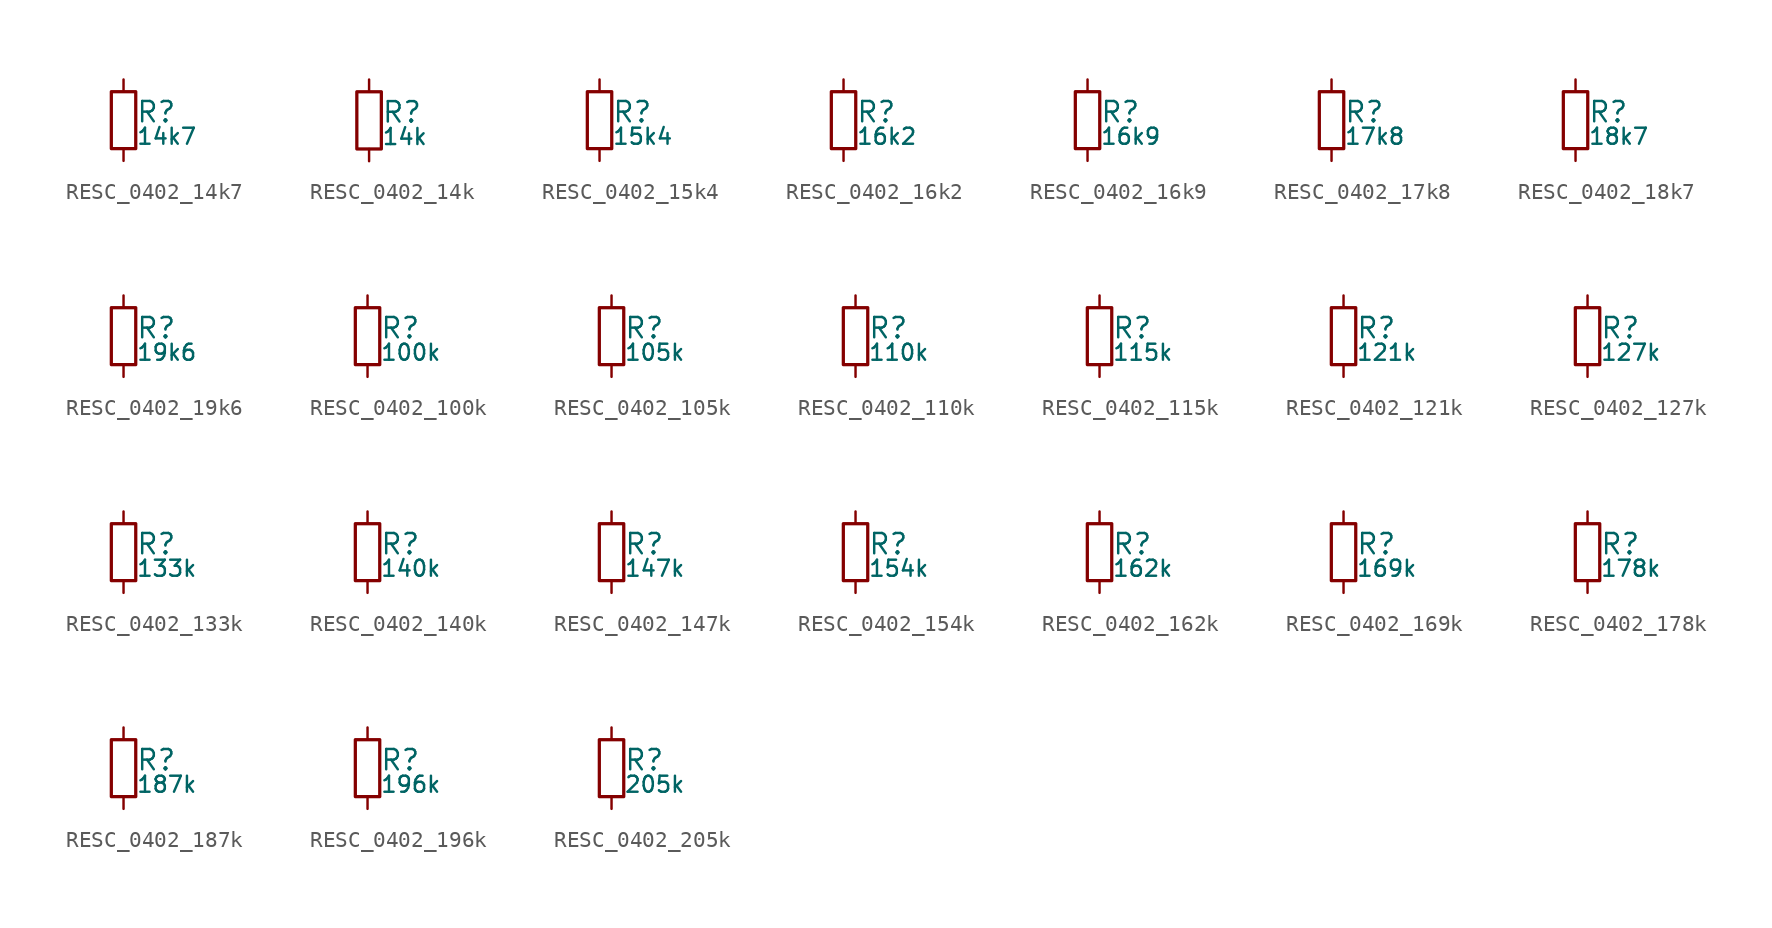
<source format=kicad_sym>
(kicad_symbol_lib
  (version 20211014)
  (generator kicad_LibGenerator)
  (symbol "RESC_0402_14k7"
    (pin_numbers hide)
    (pin_names
      (offset 0.254) hide)
    (property "Reference" "R"
      (at 0.762 0.508 0)
      (effects (font (size 1.27 1.27)) (justify left)))
    (property "Value" "14k7"
      (at 0.762 -1.016 0)
      (effects (font (size 1.00 1.00)) (justify left)))
    (symbol "RESC_0402_14k7_0_1"
      (rectangle (start -0.762 1.778) (end 0.762 -1.778) (stroke (width 0.203) (type default) (color 0 0 0 0)) (fill (type none))))
    (symbol "RESC_0402_14k7_1_1"
      (pin passive line (at 0 2.54 270) (length 0.762) (name "~" (effects (font (size 1.27 1.27)))) (number "1" (effects (font (size 1.27 1.27)))))
      (pin passive line (at 0 -2.54 90) (length 0.762) (name "~" (effects (font (size 1.27 1.27)))) (number "2" (effects (font (size 1.27 1.27)))))))
  (symbol "RESC_0402_14k"
    (pin_numbers hide)
    (pin_names
      (offset 0.254) hide)
    (property "Reference" "R"
      (at 0.762 0.508 0)
      (effects (font (size 1.27 1.27)) (justify left)))
    (property "Value" "14k"
      (at 0.762 -1.016 0)
      (effects (font (size 1.00 1.00)) (justify left)))
    (symbol "RESC_0402_14k_0_1"
      (rectangle (start -0.762 1.778) (end 0.762 -1.778) (stroke (width 0.203) (type default) (color 0 0 0 0)) (fill (type none))))
    (symbol "RESC_0402_14k_1_1"
      (pin passive line (at 0 2.54 270) (length 0.762) (name "~" (effects (font (size 1.27 1.27)))) (number "1" (effects (font (size 1.27 1.27)))))
      (pin passive line (at 0 -2.54 90) (length 0.762) (name "~" (effects (font (size 1.27 1.27)))) (number "2" (effects (font (size 1.27 1.27)))))))
  (symbol "RESC_0402_15k4"
    (pin_numbers hide)
    (pin_names
      (offset 0.254) hide)
    (property "Reference" "R"
      (at 0.762 0.508 0)
      (effects (font (size 1.27 1.27)) (justify left)))
    (property "Value" "15k4"
      (at 0.762 -1.016 0)
      (effects (font (size 1.00 1.00)) (justify left)))
    (symbol "RESC_0402_15k4_0_1"
      (rectangle (start -0.762 1.778) (end 0.762 -1.778) (stroke (width 0.203) (type default) (color 0 0 0 0)) (fill (type none))))
    (symbol "RESC_0402_15k4_1_1"
      (pin passive line (at 0 2.54 270) (length 0.762) (name "~" (effects (font (size 1.27 1.27)))) (number "1" (effects (font (size 1.27 1.27)))))
      (pin passive line (at 0 -2.54 90) (length 0.762) (name "~" (effects (font (size 1.27 1.27)))) (number "2" (effects (font (size 1.27 1.27)))))))
  (symbol "RESC_0402_16k2"
    (pin_numbers hide)
    (pin_names
      (offset 0.254) hide)
    (property "Reference" "R"
      (at 0.762 0.508 0)
      (effects (font (size 1.27 1.27)) (justify left)))
    (property "Value" "16k2"
      (at 0.762 -1.016 0)
      (effects (font (size 1.00 1.00)) (justify left)))
    (symbol "RESC_0402_16k2_0_1"
      (rectangle (start -0.762 1.778) (end 0.762 -1.778) (stroke (width 0.203) (type default) (color 0 0 0 0)) (fill (type none))))
    (symbol "RESC_0402_16k2_1_1"
      (pin passive line (at 0 2.54 270) (length 0.762) (name "~" (effects (font (size 1.27 1.27)))) (number "1" (effects (font (size 1.27 1.27)))))
      (pin passive line (at 0 -2.54 90) (length 0.762) (name "~" (effects (font (size 1.27 1.27)))) (number "2" (effects (font (size 1.27 1.27)))))))
  (symbol "RESC_0402_16k9"
    (pin_numbers hide)
    (pin_names
      (offset 0.254) hide)
    (property "Reference" "R"
      (at 0.762 0.508 0)
      (effects (font (size 1.27 1.27)) (justify left)))
    (property "Value" "16k9"
      (at 0.762 -1.016 0)
      (effects (font (size 1.00 1.00)) (justify left)))
    (symbol "RESC_0402_16k9_0_1"
      (rectangle (start -0.762 1.778) (end 0.762 -1.778) (stroke (width 0.203) (type default) (color 0 0 0 0)) (fill (type none))))
    (symbol "RESC_0402_16k9_1_1"
      (pin passive line (at 0 2.54 270) (length 0.762) (name "~" (effects (font (size 1.27 1.27)))) (number "1" (effects (font (size 1.27 1.27)))))
      (pin passive line (at 0 -2.54 90) (length 0.762) (name "~" (effects (font (size 1.27 1.27)))) (number "2" (effects (font (size 1.27 1.27)))))))
  (symbol "RESC_0402_17k8"
    (pin_numbers hide)
    (pin_names
      (offset 0.254) hide)
    (property "Reference" "R"
      (at 0.762 0.508 0)
      (effects (font (size 1.27 1.27)) (justify left)))
    (property "Value" "17k8"
      (at 0.762 -1.016 0)
      (effects (font (size 1.00 1.00)) (justify left)))
    (symbol "RESC_0402_17k8_0_1"
      (rectangle (start -0.762 1.778) (end 0.762 -1.778) (stroke (width 0.203) (type default) (color 0 0 0 0)) (fill (type none))))
    (symbol "RESC_0402_17k8_1_1"
      (pin passive line (at 0 2.54 270) (length 0.762) (name "~" (effects (font (size 1.27 1.27)))) (number "1" (effects (font (size 1.27 1.27)))))
      (pin passive line (at 0 -2.54 90) (length 0.762) (name "~" (effects (font (size 1.27 1.27)))) (number "2" (effects (font (size 1.27 1.27)))))))
  (symbol "RESC_0402_18k7"
    (pin_numbers hide)
    (pin_names
      (offset 0.254) hide)
    (property "Reference" "R"
      (at 0.762 0.508 0)
      (effects (font (size 1.27 1.27)) (justify left)))
    (property "Value" "18k7"
      (at 0.762 -1.016 0)
      (effects (font (size 1.00 1.00)) (justify left)))
    (symbol "RESC_0402_18k7_0_1"
      (rectangle (start -0.762 1.778) (end 0.762 -1.778) (stroke (width 0.203) (type default) (color 0 0 0 0)) (fill (type none))))
    (symbol "RESC_0402_18k7_1_1"
      (pin passive line (at 0 2.54 270) (length 0.762) (name "~" (effects (font (size 1.27 1.27)))) (number "1" (effects (font (size 1.27 1.27)))))
      (pin passive line (at 0 -2.54 90) (length 0.762) (name "~" (effects (font (size 1.27 1.27)))) (number "2" (effects (font (size 1.27 1.27)))))))
  (symbol "RESC_0402_19k6"
    (pin_numbers hide)
    (pin_names
      (offset 0.254) hide)
    (property "Reference" "R"
      (at 0.762 0.508 0)
      (effects (font (size 1.27 1.27)) (justify left)))
    (property "Value" "19k6"
      (at 0.762 -1.016 0)
      (effects (font (size 1.00 1.00)) (justify left)))
    (symbol "RESC_0402_19k6_0_1"
      (rectangle (start -0.762 1.778) (end 0.762 -1.778) (stroke (width 0.203) (type default) (color 0 0 0 0)) (fill (type none))))
    (symbol "RESC_0402_19k6_1_1"
      (pin passive line (at 0 2.54 270) (length 0.762) (name "~" (effects (font (size 1.27 1.27)))) (number "1" (effects (font (size 1.27 1.27)))))
      (pin passive line (at 0 -2.54 90) (length 0.762) (name "~" (effects (font (size 1.27 1.27)))) (number "2" (effects (font (size 1.27 1.27)))))))
  (symbol "RESC_0402_100k"
    (pin_numbers hide)
    (pin_names
      (offset 0.254) hide)
    (property "Reference" "R"
      (at 0.762 0.508 0)
      (effects (font (size 1.27 1.27)) (justify left)))
    (property "Value" "100k"
      (at 0.762 -1.016 0)
      (effects (font (size 1.00 1.00)) (justify left)))
    (symbol "RESC_0402_100k_0_1"
      (rectangle (start -0.762 1.778) (end 0.762 -1.778) (stroke (width 0.203) (type default) (color 0 0 0 0)) (fill (type none))))
    (symbol "RESC_0402_100k_1_1"
      (pin passive line (at 0 2.54 270) (length 0.762) (name "~" (effects (font (size 1.27 1.27)))) (number "1" (effects (font (size 1.27 1.27)))))
      (pin passive line (at 0 -2.54 90) (length 0.762) (name "~" (effects (font (size 1.27 1.27)))) (number "2" (effects (font (size 1.27 1.27)))))))
  (symbol "RESC_0402_105k"
    (pin_numbers hide)
    (pin_names
      (offset 0.254) hide)
    (property "Reference" "R"
      (at 0.762 0.508 0)
      (effects (font (size 1.27 1.27)) (justify left)))
    (property "Value" "105k"
      (at 0.762 -1.016 0)
      (effects (font (size 1.00 1.00)) (justify left)))
    (symbol "RESC_0402_105k_0_1"
      (rectangle (start -0.762 1.778) (end 0.762 -1.778) (stroke (width 0.203) (type default) (color 0 0 0 0)) (fill (type none))))
    (symbol "RESC_0402_105k_1_1"
      (pin passive line (at 0 2.54 270) (length 0.762) (name "~" (effects (font (size 1.27 1.27)))) (number "1" (effects (font (size 1.27 1.27)))))
      (pin passive line (at 0 -2.54 90) (length 0.762) (name "~" (effects (font (size 1.27 1.27)))) (number "2" (effects (font (size 1.27 1.27)))))))
  (symbol "RESC_0402_110k"
    (pin_numbers hide)
    (pin_names
      (offset 0.254) hide)
    (property "Reference" "R"
      (at 0.762 0.508 0)
      (effects (font (size 1.27 1.27)) (justify left)))
    (property "Value" "110k"
      (at 0.762 -1.016 0)
      (effects (font (size 1.00 1.00)) (justify left)))
    (symbol "RESC_0402_110k_0_1"
      (rectangle (start -0.762 1.778) (end 0.762 -1.778) (stroke (width 0.203) (type default) (color 0 0 0 0)) (fill (type none))))
    (symbol "RESC_0402_110k_1_1"
      (pin passive line (at 0 2.54 270) (length 0.762) (name "~" (effects (font (size 1.27 1.27)))) (number "1" (effects (font (size 1.27 1.27)))))
      (pin passive line (at 0 -2.54 90) (length 0.762) (name "~" (effects (font (size 1.27 1.27)))) (number "2" (effects (font (size 1.27 1.27)))))))
  (symbol "RESC_0402_115k"
    (pin_numbers hide)
    (pin_names
      (offset 0.254) hide)
    (property "Reference" "R"
      (at 0.762 0.508 0)
      (effects (font (size 1.27 1.27)) (justify left)))
    (property "Value" "115k"
      (at 0.762 -1.016 0)
      (effects (font (size 1.00 1.00)) (justify left)))
    (symbol "RESC_0402_115k_0_1"
      (rectangle (start -0.762 1.778) (end 0.762 -1.778) (stroke (width 0.203) (type default) (color 0 0 0 0)) (fill (type none))))
    (symbol "RESC_0402_115k_1_1"
      (pin passive line (at 0 2.54 270) (length 0.762) (name "~" (effects (font (size 1.27 1.27)))) (number "1" (effects (font (size 1.27 1.27)))))
      (pin passive line (at 0 -2.54 90) (length 0.762) (name "~" (effects (font (size 1.27 1.27)))) (number "2" (effects (font (size 1.27 1.27)))))))
  (symbol "RESC_0402_121k"
    (pin_numbers hide)
    (pin_names
      (offset 0.254) hide)
    (property "Reference" "R"
      (at 0.762 0.508 0)
      (effects (font (size 1.27 1.27)) (justify left)))
    (property "Value" "121k"
      (at 0.762 -1.016 0)
      (effects (font (size 1.00 1.00)) (justify left)))
    (symbol "RESC_0402_121k_0_1"
      (rectangle (start -0.762 1.778) (end 0.762 -1.778) (stroke (width 0.203) (type default) (color 0 0 0 0)) (fill (type none))))
    (symbol "RESC_0402_121k_1_1"
      (pin passive line (at 0 2.54 270) (length 0.762) (name "~" (effects (font (size 1.27 1.27)))) (number "1" (effects (font (size 1.27 1.27)))))
      (pin passive line (at 0 -2.54 90) (length 0.762) (name "~" (effects (font (size 1.27 1.27)))) (number "2" (effects (font (size 1.27 1.27)))))))
  (symbol "RESC_0402_127k"
    (pin_numbers hide)
    (pin_names
      (offset 0.254) hide)
    (property "Reference" "R"
      (at 0.762 0.508 0)
      (effects (font (size 1.27 1.27)) (justify left)))
    (property "Value" "127k"
      (at 0.762 -1.016 0)
      (effects (font (size 1.00 1.00)) (justify left)))
    (symbol "RESC_0402_127k_0_1"
      (rectangle (start -0.762 1.778) (end 0.762 -1.778) (stroke (width 0.203) (type default) (color 0 0 0 0)) (fill (type none))))
    (symbol "RESC_0402_127k_1_1"
      (pin passive line (at 0 2.54 270) (length 0.762) (name "~" (effects (font (size 1.27 1.27)))) (number "1" (effects (font (size 1.27 1.27)))))
      (pin passive line (at 0 -2.54 90) (length 0.762) (name "~" (effects (font (size 1.27 1.27)))) (number "2" (effects (font (size 1.27 1.27)))))))
  (symbol "RESC_0402_133k"
    (pin_numbers hide)
    (pin_names
      (offset 0.254) hide)
    (property "Reference" "R"
      (at 0.762 0.508 0)
      (effects (font (size 1.27 1.27)) (justify left)))
    (property "Value" "133k"
      (at 0.762 -1.016 0)
      (effects (font (size 1.00 1.00)) (justify left)))
    (symbol "RESC_0402_133k_0_1"
      (rectangle (start -0.762 1.778) (end 0.762 -1.778) (stroke (width 0.203) (type default) (color 0 0 0 0)) (fill (type none))))
    (symbol "RESC_0402_133k_1_1"
      (pin passive line (at 0 2.54 270) (length 0.762) (name "~" (effects (font (size 1.27 1.27)))) (number "1" (effects (font (size 1.27 1.27)))))
      (pin passive line (at 0 -2.54 90) (length 0.762) (name "~" (effects (font (size 1.27 1.27)))) (number "2" (effects (font (size 1.27 1.27)))))))
  (symbol "RESC_0402_140k"
    (pin_numbers hide)
    (pin_names
      (offset 0.254) hide)
    (property "Reference" "R"
      (at 0.762 0.508 0)
      (effects (font (size 1.27 1.27)) (justify left)))
    (property "Value" "140k"
      (at 0.762 -1.016 0)
      (effects (font (size 1.00 1.00)) (justify left)))
    (symbol "RESC_0402_140k_0_1"
      (rectangle (start -0.762 1.778) (end 0.762 -1.778) (stroke (width 0.203) (type default) (color 0 0 0 0)) (fill (type none))))
    (symbol "RESC_0402_140k_1_1"
      (pin passive line (at 0 2.54 270) (length 0.762) (name "~" (effects (font (size 1.27 1.27)))) (number "1" (effects (font (size 1.27 1.27)))))
      (pin passive line (at 0 -2.54 90) (length 0.762) (name "~" (effects (font (size 1.27 1.27)))) (number "2" (effects (font (size 1.27 1.27)))))))
  (symbol "RESC_0402_147k"
    (pin_numbers hide)
    (pin_names
      (offset 0.254) hide)
    (property "Reference" "R"
      (at 0.762 0.508 0)
      (effects (font (size 1.27 1.27)) (justify left)))
    (property "Value" "147k"
      (at 0.762 -1.016 0)
      (effects (font (size 1.00 1.00)) (justify left)))
    (symbol "RESC_0402_147k_0_1"
      (rectangle (start -0.762 1.778) (end 0.762 -1.778) (stroke (width 0.203) (type default) (color 0 0 0 0)) (fill (type none))))
    (symbol "RESC_0402_147k_1_1"
      (pin passive line (at 0 2.54 270) (length 0.762) (name "~" (effects (font (size 1.27 1.27)))) (number "1" (effects (font (size 1.27 1.27)))))
      (pin passive line (at 0 -2.54 90) (length 0.762) (name "~" (effects (font (size 1.27 1.27)))) (number "2" (effects (font (size 1.27 1.27)))))))
  (symbol "RESC_0402_154k"
    (pin_numbers hide)
    (pin_names
      (offset 0.254) hide)
    (property "Reference" "R"
      (at 0.762 0.508 0)
      (effects (font (size 1.27 1.27)) (justify left)))
    (property "Value" "154k"
      (at 0.762 -1.016 0)
      (effects (font (size 1.00 1.00)) (justify left)))
    (symbol "RESC_0402_154k_0_1"
      (rectangle (start -0.762 1.778) (end 0.762 -1.778) (stroke (width 0.203) (type default) (color 0 0 0 0)) (fill (type none))))
    (symbol "RESC_0402_154k_1_1"
      (pin passive line (at 0 2.54 270) (length 0.762) (name "~" (effects (font (size 1.27 1.27)))) (number "1" (effects (font (size 1.27 1.27)))))
      (pin passive line (at 0 -2.54 90) (length 0.762) (name "~" (effects (font (size 1.27 1.27)))) (number "2" (effects (font (size 1.27 1.27)))))))
  (symbol "RESC_0402_162k"
    (pin_numbers hide)
    (pin_names
      (offset 0.254) hide)
    (property "Reference" "R"
      (at 0.762 0.508 0)
      (effects (font (size 1.27 1.27)) (justify left)))
    (property "Value" "162k"
      (at 0.762 -1.016 0)
      (effects (font (size 1.00 1.00)) (justify left)))
    (symbol "RESC_0402_162k_0_1"
      (rectangle (start -0.762 1.778) (end 0.762 -1.778) (stroke (width 0.203) (type default) (color 0 0 0 0)) (fill (type none))))
    (symbol "RESC_0402_162k_1_1"
      (pin passive line (at 0 2.54 270) (length 0.762) (name "~" (effects (font (size 1.27 1.27)))) (number "1" (effects (font (size 1.27 1.27)))))
      (pin passive line (at 0 -2.54 90) (length 0.762) (name "~" (effects (font (size 1.27 1.27)))) (number "2" (effects (font (size 1.27 1.27)))))))
  (symbol "RESC_0402_169k"
    (pin_numbers hide)
    (pin_names
      (offset 0.254) hide)
    (property "Reference" "R"
      (at 0.762 0.508 0)
      (effects (font (size 1.27 1.27)) (justify left)))
    (property "Value" "169k"
      (at 0.762 -1.016 0)
      (effects (font (size 1.00 1.00)) (justify left)))
    (symbol "RESC_0402_169k_0_1"
      (rectangle (start -0.762 1.778) (end 0.762 -1.778) (stroke (width 0.203) (type default) (color 0 0 0 0)) (fill (type none))))
    (symbol "RESC_0402_169k_1_1"
      (pin passive line (at 0 2.54 270) (length 0.762) (name "~" (effects (font (size 1.27 1.27)))) (number "1" (effects (font (size 1.27 1.27)))))
      (pin passive line (at 0 -2.54 90) (length 0.762) (name "~" (effects (font (size 1.27 1.27)))) (number "2" (effects (font (size 1.27 1.27)))))))
  (symbol "RESC_0402_178k"
    (pin_numbers hide)
    (pin_names
      (offset 0.254) hide)
    (property "Reference" "R"
      (at 0.762 0.508 0)
      (effects (font (size 1.27 1.27)) (justify left)))
    (property "Value" "178k"
      (at 0.762 -1.016 0)
      (effects (font (size 1.00 1.00)) (justify left)))
    (symbol "RESC_0402_178k_0_1"
      (rectangle (start -0.762 1.778) (end 0.762 -1.778) (stroke (width 0.203) (type default) (color 0 0 0 0)) (fill (type none))))
    (symbol "RESC_0402_178k_1_1"
      (pin passive line (at 0 2.54 270) (length 0.762) (name "~" (effects (font (size 1.27 1.27)))) (number "1" (effects (font (size 1.27 1.27)))))
      (pin passive line (at 0 -2.54 90) (length 0.762) (name "~" (effects (font (size 1.27 1.27)))) (number "2" (effects (font (size 1.27 1.27)))))))
  (symbol "RESC_0402_187k"
    (pin_numbers hide)
    (pin_names
      (offset 0.254) hide)
    (property "Reference" "R"
      (at 0.762 0.508 0)
      (effects (font (size 1.27 1.27)) (justify left)))
    (property "Value" "187k"
      (at 0.762 -1.016 0)
      (effects (font (size 1.00 1.00)) (justify left)))
    (symbol "RESC_0402_187k_0_1"
      (rectangle (start -0.762 1.778) (end 0.762 -1.778) (stroke (width 0.203) (type default) (color 0 0 0 0)) (fill (type none))))
    (symbol "RESC_0402_187k_1_1"
      (pin passive line (at 0 2.54 270) (length 0.762) (name "~" (effects (font (size 1.27 1.27)))) (number "1" (effects (font (size 1.27 1.27)))))
      (pin passive line (at 0 -2.54 90) (length 0.762) (name "~" (effects (font (size 1.27 1.27)))) (number "2" (effects (font (size 1.27 1.27)))))))
  (symbol "RESC_0402_196k"
    (pin_numbers hide)
    (pin_names
      (offset 0.254) hide)
    (property "Reference" "R"
      (at 0.762 0.508 0)
      (effects (font (size 1.27 1.27)) (justify left)))
    (property "Value" "196k"
      (at 0.762 -1.016 0)
      (effects (font (size 1.00 1.00)) (justify left)))
    (symbol "RESC_0402_196k_0_1"
      (rectangle (start -0.762 1.778) (end 0.762 -1.778) (stroke (width 0.203) (type default) (color 0 0 0 0)) (fill (type none))))
    (symbol "RESC_0402_196k_1_1"
      (pin passive line (at 0 2.54 270) (length 0.762) (name "~" (effects (font (size 1.27 1.27)))) (number "1" (effects (font (size 1.27 1.27)))))
      (pin passive line (at 0 -2.54 90) (length 0.762) (name "~" (effects (font (size 1.27 1.27)))) (number "2" (effects (font (size 1.27 1.27)))))))
  (symbol "RESC_0402_205k"
    (pin_numbers hide)
    (pin_names
      (offset 0.254) hide)
    (property "Reference" "R"
      (at 0.762 0.508 0)
      (effects (font (size 1.27 1.27)) (justify left)))
    (property "Value" "205k"
      (at 0.762 -1.016 0)
      (effects (font (size 1.00 1.00)) (justify left)))
    (symbol "RESC_0402_205k_0_1"
      (rectangle (start -0.762 1.778) (end 0.762 -1.778) (stroke (width 0.203) (type default) (color 0 0 0 0)) (fill (type none))))
    (symbol "RESC_0402_205k_1_1"
      (pin passive line (at 0 2.54 270) (length 0.762) (name "~" (effects (font (size 1.27 1.27)))) (number "1" (effects (font (size 1.27 1.27)))))
      (pin passive line (at 0 -2.54 90) (length 0.762) (name "~" (effects (font (size 1.27 1.27)))) (number "2" (effects (font (size 1.27 1.27))))))))
</source>
